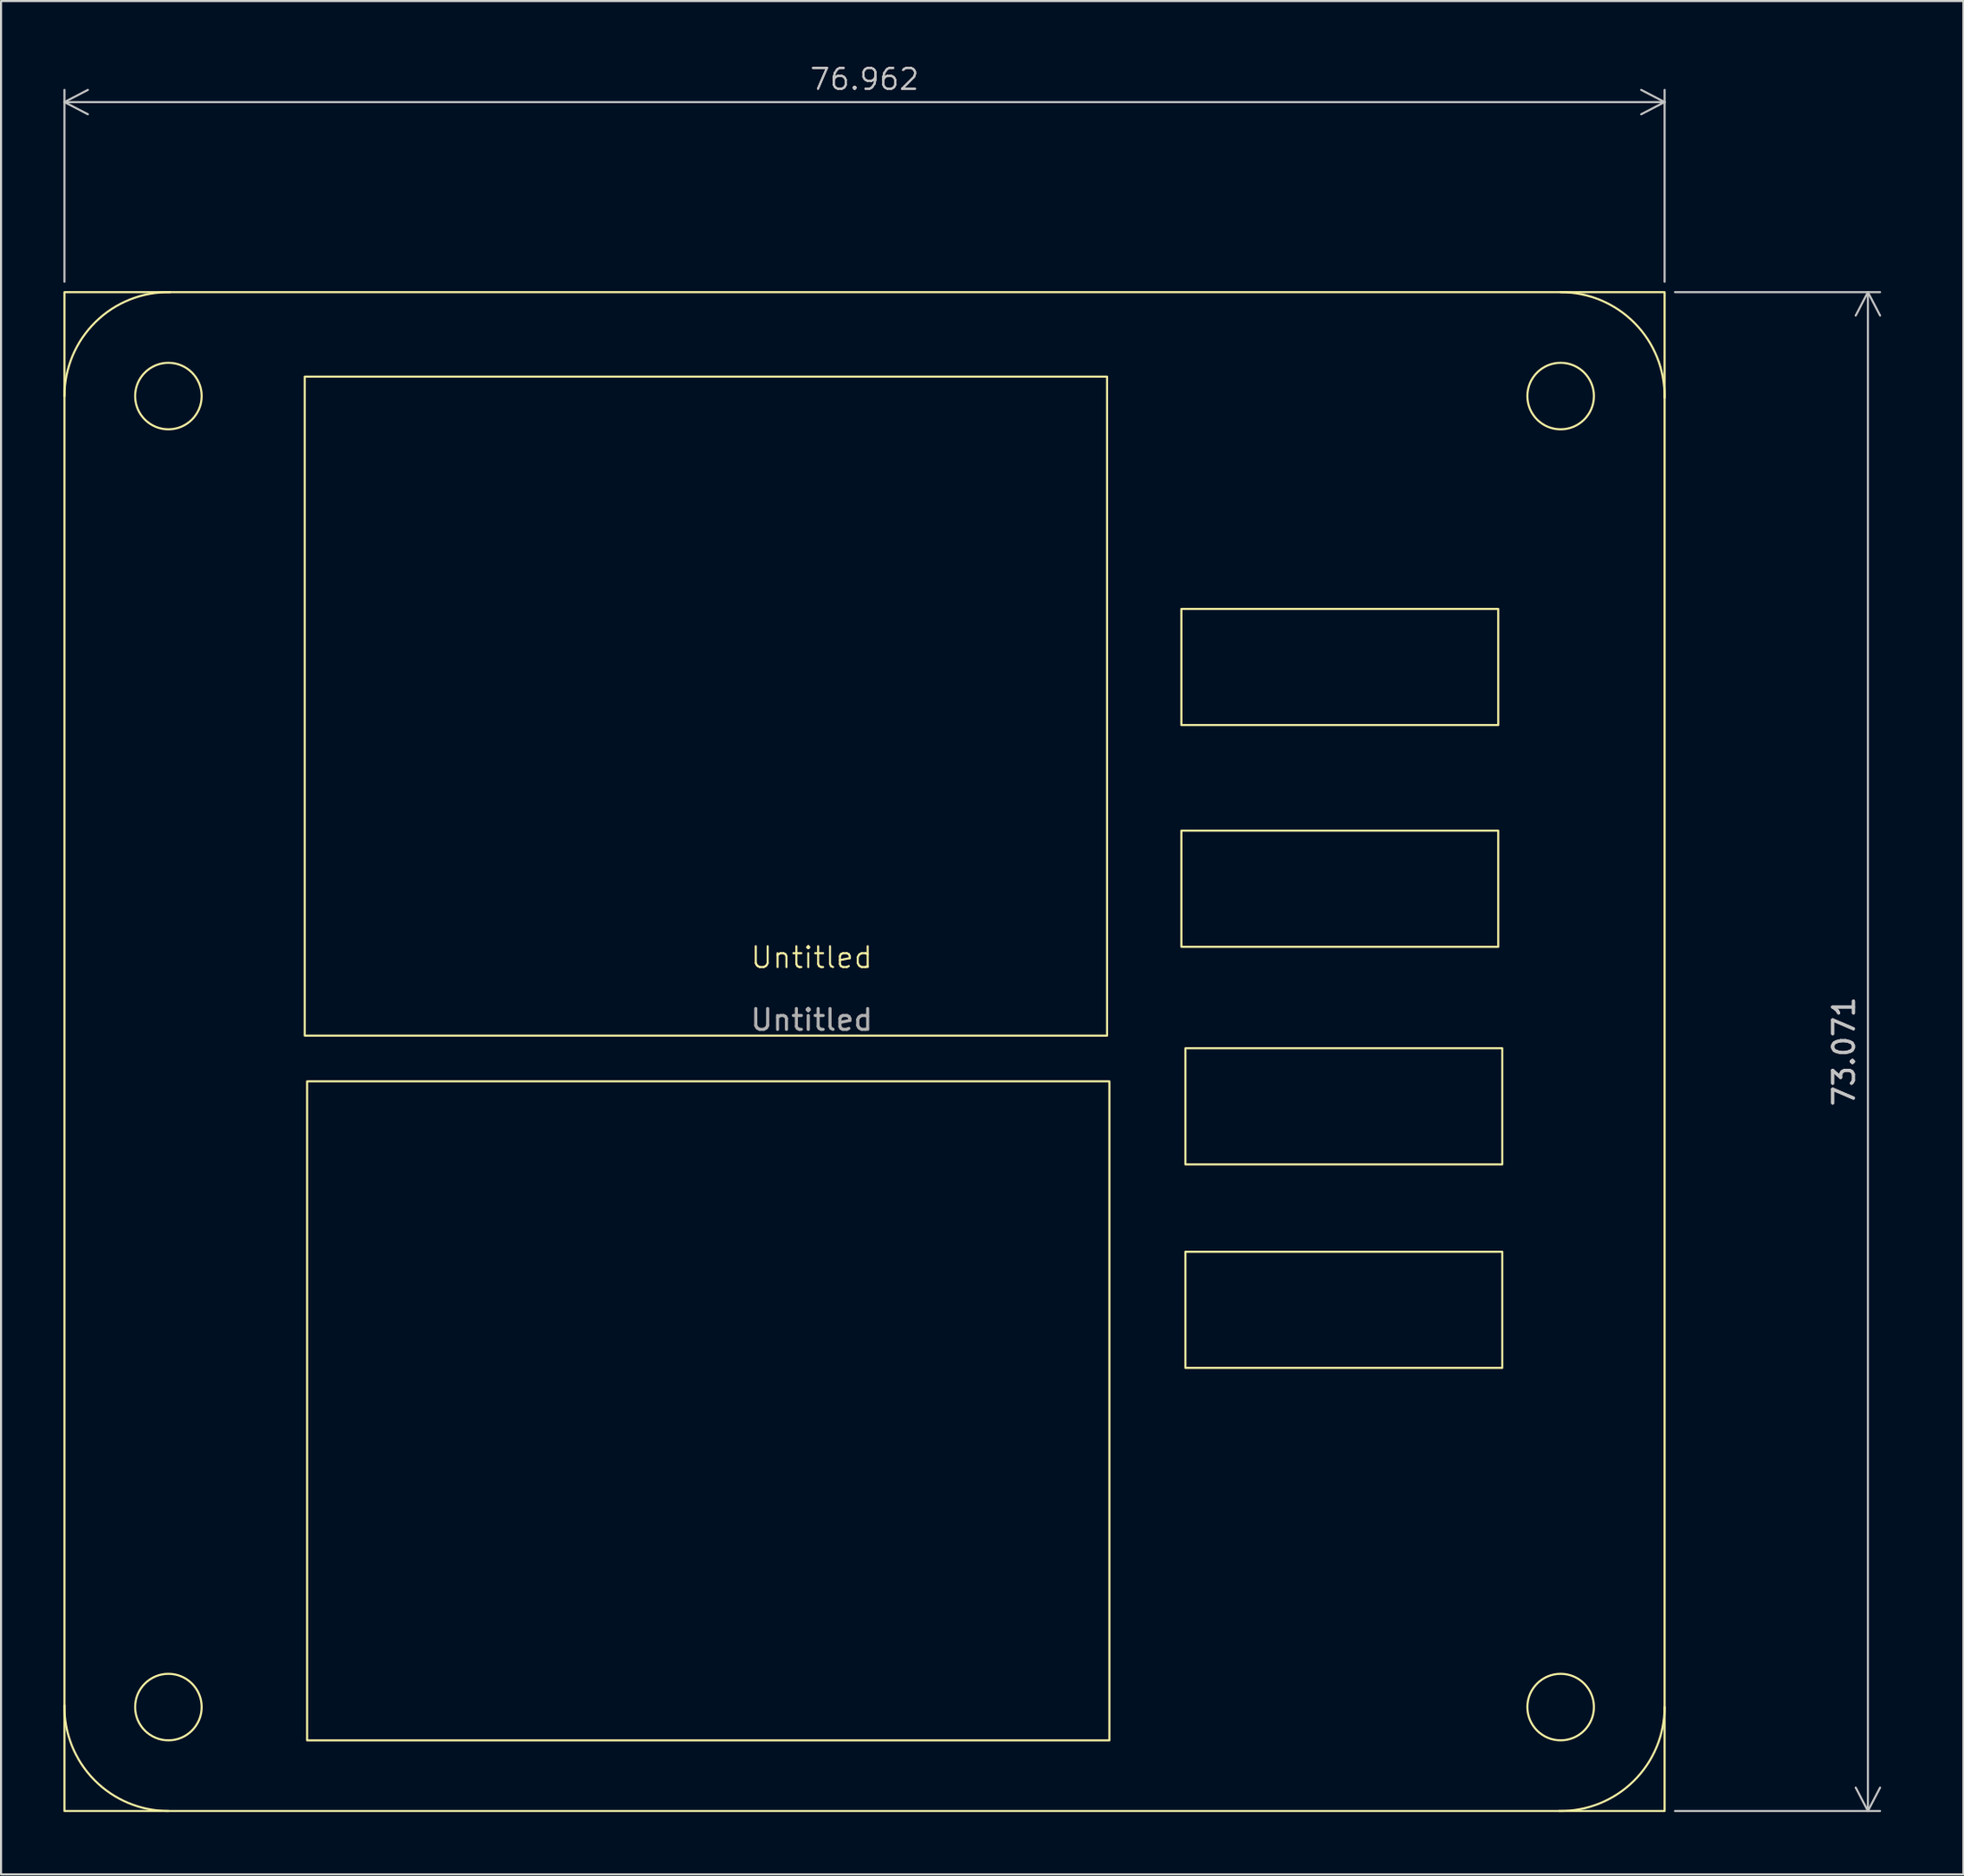
<source format=kicad_pcb>
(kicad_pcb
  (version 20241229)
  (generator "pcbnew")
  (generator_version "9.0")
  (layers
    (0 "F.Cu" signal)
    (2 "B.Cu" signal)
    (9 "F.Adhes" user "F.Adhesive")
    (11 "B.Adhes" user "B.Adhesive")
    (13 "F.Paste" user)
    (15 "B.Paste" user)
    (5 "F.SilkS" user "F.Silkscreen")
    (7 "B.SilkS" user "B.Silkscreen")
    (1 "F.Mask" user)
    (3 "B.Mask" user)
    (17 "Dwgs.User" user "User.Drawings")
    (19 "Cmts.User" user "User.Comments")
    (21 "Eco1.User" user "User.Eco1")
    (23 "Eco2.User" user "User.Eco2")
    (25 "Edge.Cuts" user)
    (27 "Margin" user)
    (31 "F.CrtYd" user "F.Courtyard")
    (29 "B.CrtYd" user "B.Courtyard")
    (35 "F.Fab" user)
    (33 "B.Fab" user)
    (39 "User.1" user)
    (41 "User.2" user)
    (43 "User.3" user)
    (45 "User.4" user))
  (footprint "Untitled"
    (layer "F.Cu")
    (at 35.991 43.517)
    (property "Reference" "Untitled" (at 0 -0.5 0) (unlocked yes) (layer "F.SilkS") (effects (font (size 1 1) (thickness 0.1))))
    (attr smd)
    (fp_rect (start -35.941 -32.512) (end 41.021 40.56) (stroke (width 0.1) (type solid)) (fill no) (layer "F.SilkS"))
    (fp_rect (start -24.384 -28.448) (end 14.205 3.258) (stroke (width 0.1) (type default)) (fill no) (layer "F.SilkS"))
    (fp_rect (start -24.27 5.456) (end 14.318 37.163) (stroke (width 0.1) (type default)) (fill no) (layer "F.SilkS"))
    (fp_rect (start 17.78 -17.272) (end 33.02 -11.684) (stroke (width 0.1) (type default)) (fill no) (layer "F.SilkS"))
    (fp_rect (start 17.78 -6.604) (end 33.02 -1.016) (stroke (width 0.1) (type default)) (fill no) (layer "F.SilkS"))
    (fp_rect (start 17.973 3.864) (end 33.213 9.452) (stroke (width 0.1) (type default)) (fill no) (layer "F.SilkS"))
    (fp_rect (start 17.973 13.654) (end 33.213 19.242) (stroke (width 0.1) (type default)) (fill no) (layer "F.SilkS"))
    (fp_arc (start -35.941 -27.512) (mid -34.448845 -31.075008) (end -30.862991 -32.511391) (stroke (width 0.1) (type default)) (layer "F.SilkS"))
    (fp_arc (start -30.941 40.56) (mid -34.504008 39.067845) (end -35.940391 35.481991) (stroke (width 0.1) (type default)) (layer "F.SilkS"))
    (fp_arc (start 36.021 -32.512) (mid 39.584008 -31.019845) (end 41.020391 -27.433991) (stroke (width 0.1) (type default)) (layer "F.SilkS"))
    (fp_arc (start 41.021 35.56) (mid 39.528845 39.123008) (end 35.942991 40.559391) (stroke (width 0.1) (type default)) (layer "F.SilkS"))
    (fp_circle (center -30.941 -27.512) (end -30.941 -29.112) (stroke (width 0.1) (type solid)) (fill no) (layer "F.SilkS"))
    (fp_circle (center -30.941 35.56) (end -32.541 35.56) (stroke (width 0.1) (type solid)) (fill no) (layer "F.SilkS"))
    (fp_circle (center 36.021 -27.512) (end 37.621 -27.512) (stroke (width 0.1) (type solid)) (fill no) (layer "F.SilkS"))
    (fp_circle (center 36.021 35.56) (end 36.021 37.16) (stroke (width 0.1) (type solid)) (fill no) (layer "F.SilkS"))
    (fp_text user "${REFERENCE}" (at 0 2.5 0) (unlocked yes) (layer "F.Fab") (effects (font (size 1 1) (thickness 0.15))))
    (dimension (type orthogonal) (layer "Dwgs.User") (pts (xy 77.012 11.005) (xy 77.012 84.076)) (height 9.779) (orientation 1) (format (prefix "") (suffix "") (units 3) (units_format 0) (precision 4) (suppress_zeroes yes)) (style (thickness 0.1) (arrow_length 1.27) (text_position_mode 0) (arrow_direction outward) (extension_height 0.586) (extension_offset 0.5) (keep_text_aligned yes)) (gr_text "73.072" (at 85.641 47.541 90) (layer "Dwgs.User") (effects (font (size 1 1) (thickness 0.15)))))
    (dimension (type orthogonal) (layer "Dwgs.User") (pts (xy 0.05 11.005) (xy 77.012 11.005)) (height -9.144) (orientation 0) (format (prefix "") (suffix "") (units 3) (units_format 0) (precision 4) (suppress_zeroes yes)) (style (thickness 0.1) (arrow_length 1.27) (text_position_mode 0) (arrow_direction outward) (extension_height 0.586) (extension_offset 0.5) (keep_text_aligned yes)) (gr_text "76.962" (at 38.531 0.76 0) (layer "Dwgs.User") (effects (font (size 1 1) (thickness 0.1))))))
  (gr_rect
    (start -3 -3)
    (end 91.385 87.127)
    (stroke (width 0.1) (type default))
    (fill no)
    (layer "Edge.Cuts")))
</source>
